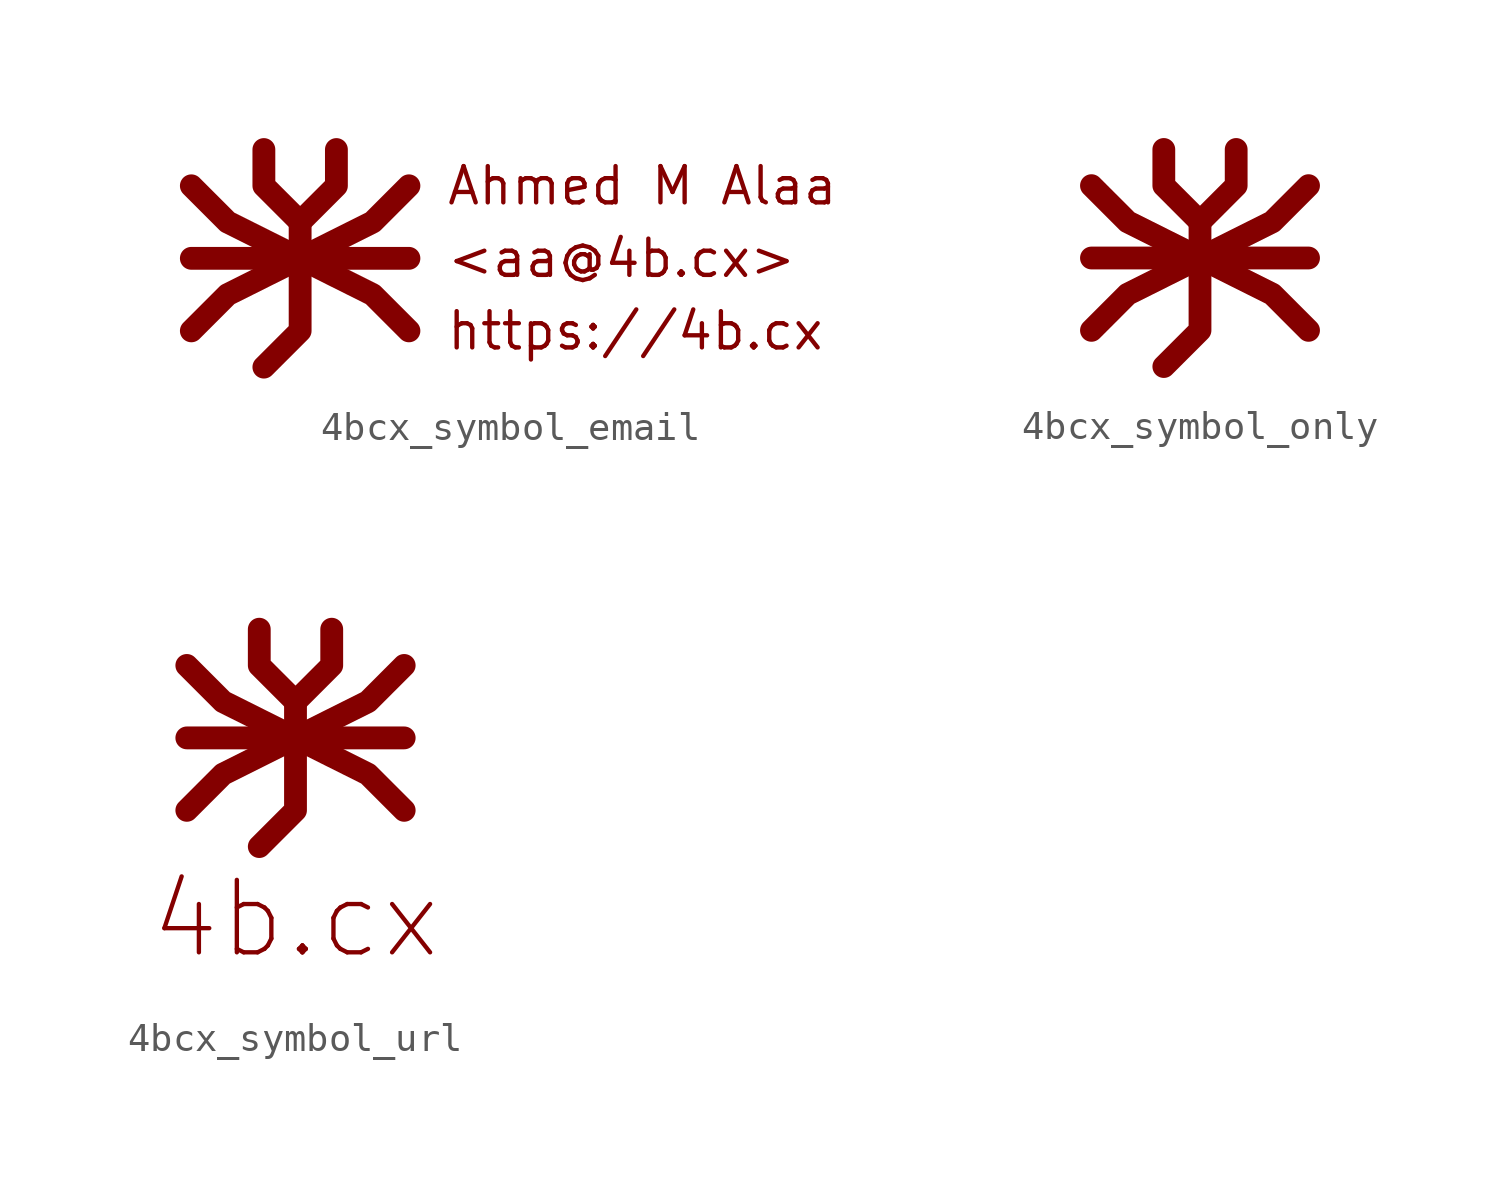
<source format=kicad_sym>
(kicad_symbol_lib
  (version 20211014)
  (generator kicad_symbol_editor)
  (symbol "4bcx_symbol_email"
    (pin_numbers hide)
    (pin_names
      (offset 0) hide)
    (property "Reference" "G"
      (at 0 5.08 0)
      (effects (font (size 1.27 1.27)) hide))
    (symbol "4bcx_symbol_email_0_0"
      (text "<aa@4b.cx>" (at 5.08 0 0) (effects (font (size 1.27 1.27)) (justify left)))
      (text "Ahmed M Alaa" (at 5.08 2.54 0) (effects (font (size 1.27 1.27)) (justify left)))
      (text "https://4b.cx" (at 5.08 -2.54 0) (effects (font (size 1.27 1.27)) (justify left))))
    (symbol "4bcx_symbol_email_0_1"
      (polyline (pts (xy -3.81 -2.54) (xy -3.81 -2.54)) (stroke (width 0) (type default) (color 0 0 0 0)) (fill (type none)))
      (polyline (pts (xy -3.81 0) (xy 3.81 0)) (stroke (width 0.8) (type default) (color 0 0 0 0)) (fill (type none)))
      (polyline (pts (xy 3.81 0) (xy 3.81 0)) (stroke (width 0) (type default) (color 0 0 0 0)) (fill (type none)))
      (polyline (pts (xy 0 1.27) (xy 0 -2.54) (xy -1.27 -3.81)) (stroke (width 0.8) (type default) (color 0 0 0 0)) (fill (type none)))
      (polyline (pts (xy 3.81 2.54) (xy 2.54 1.27) (xy -2.54 -1.27) (xy -3.81 -2.54)) (stroke (width 0.8) (type default) (color 0 0 0 0)) (fill (type none)))
      (polyline (pts (xy -3.81 2.54) (xy -2.54 1.27) (xy 0 0) (xy 2.54 -1.27) (xy 3.81 -2.54)) (stroke (width 0.8) (type default) (color 0 0 0 0)) (fill (type none)))
      (polyline (pts (xy 1.27 3.81) (xy 1.27 2.54) (xy 0 1.27) (xy -1.27 2.54) (xy -1.27 3.81)) (stroke (width 0.8) (type default) (color 0 0 0 0)) (fill (type none)))))
  (symbol "4bcx_symbol_only"
    (pin_numbers hide)
    (pin_names
      (offset 0) hide)
    (property "Reference" "G"
      (at 0 5.08 0)
      (effects (font (size 1.27 1.27)) hide))
    (symbol "4bcx_symbol_only_0_1"
      (polyline (pts (xy -3.81 -2.54) (xy -3.81 -2.54)) (stroke (width 0) (type default) (color 0 0 0 0)) (fill (type none)))
      (polyline (pts (xy -3.81 0) (xy 3.81 0)) (stroke (width 0.8) (type default) (color 0 0 0 0)) (fill (type none)))
      (polyline (pts (xy 3.81 0) (xy 3.81 0)) (stroke (width 0) (type default) (color 0 0 0 0)) (fill (type none)))
      (polyline (pts (xy 0 1.27) (xy 0 -2.54) (xy -1.27 -3.81)) (stroke (width 0.8) (type default) (color 0 0 0 0)) (fill (type none)))
      (polyline (pts (xy 3.81 2.54) (xy 2.54 1.27) (xy -2.54 -1.27) (xy -3.81 -2.54)) (stroke (width 0.8) (type default) (color 0 0 0 0)) (fill (type none)))
      (polyline (pts (xy -3.81 2.54) (xy -2.54 1.27) (xy 0 0) (xy 2.54 -1.27) (xy 3.81 -2.54)) (stroke (width 0.8) (type default) (color 0 0 0 0)) (fill (type none)))
      (polyline (pts (xy 1.27 3.81) (xy 1.27 2.54) (xy 0 1.27) (xy -1.27 2.54) (xy -1.27 3.81)) (stroke (width 0.8) (type default) (color 0 0 0 0)) (fill (type none)))))
  (symbol "4bcx_symbol_url"
    (pin_numbers hide)
    (pin_names
      (offset 0) hide)
    (property "Reference" "G"
      (at 0 5.08 0)
      (effects (font (size 1.27 1.27)) hide))
    (symbol "4bcx_symbol_url_0_0"
      (text "4b.cx" (at 0 -6.35 0) (effects (font (size 2.54 2.54)))))
    (symbol "4bcx_symbol_url_0_1"
      (polyline (pts (xy -3.81 -2.54) (xy -3.81 -2.54)) (stroke (width 0) (type default) (color 0 0 0 0)) (fill (type none)))
      (polyline (pts (xy -3.81 0) (xy 3.81 0)) (stroke (width 0.8) (type default) (color 0 0 0 0)) (fill (type none)))
      (polyline (pts (xy 3.81 0) (xy 3.81 0)) (stroke (width 0) (type default) (color 0 0 0 0)) (fill (type none)))
      (polyline (pts (xy 0 1.27) (xy 0 -2.54) (xy -1.27 -3.81)) (stroke (width 0.8) (type default) (color 0 0 0 0)) (fill (type none)))
      (polyline (pts (xy 3.81 2.54) (xy 2.54 1.27) (xy -2.54 -1.27) (xy -3.81 -2.54)) (stroke (width 0.8) (type default) (color 0 0 0 0)) (fill (type none)))
      (polyline (pts (xy -3.81 2.54) (xy -2.54 1.27) (xy 0 0) (xy 2.54 -1.27) (xy 3.81 -2.54)) (stroke (width 0.8) (type default) (color 0 0 0 0)) (fill (type none)))
      (polyline (pts (xy 1.27 3.81) (xy 1.27 2.54) (xy 0 1.27) (xy -1.27 2.54) (xy -1.27 3.81)) (stroke (width 0.8) (type default) (color 0 0 0 0)) (fill (type none))))))
</source>
